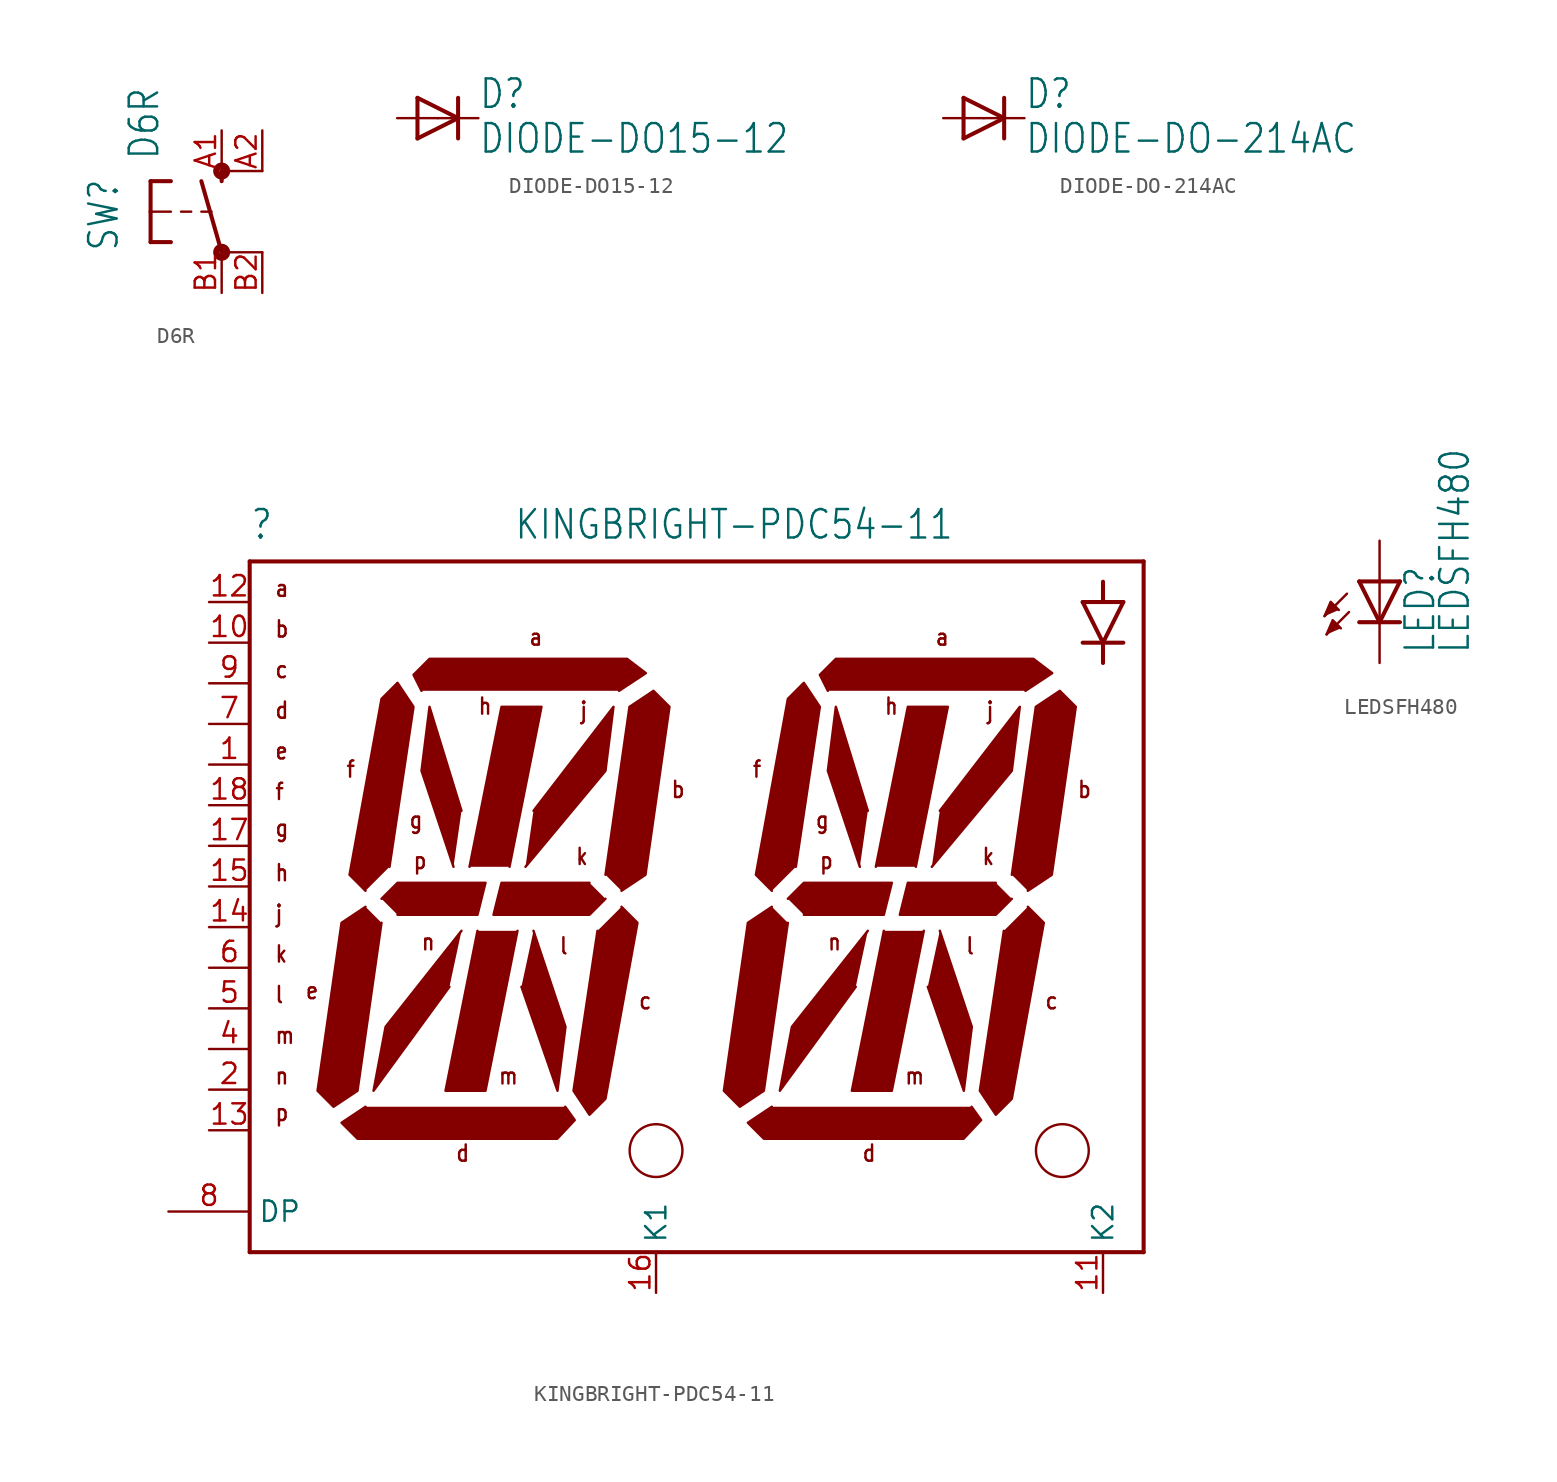
<source format=kicad_sym>
(kicad_symbol_lib
  (version 20211014)
  (generator kicad_symbol_editor)
  (symbol "D6R"
    (property "Reference" "SW"
      (at -6.35 -2.54 90)
      (effects (font (size 1.778 1.511)) (justify left bottom)))
    (property "Value" "D6R"
      (at -3.81 3.175 90)
      (effects (font (size 1.778 1.511)) (justify left bottom)))
    (property "ki_locked" ""
      (at 0 0 0)
      (effects (font (size 1.27 1.27))))
    (symbol "D6R_1_0"
      (circle (center 0 -2.54) (radius 0.127) (stroke (width 0.406) (type default) (color 0 0 0 0)) (fill (type none)))
      (polyline (pts (xy -4.445 -1.905) (xy -3.175 -1.905)) (stroke (width 0.254) (type default) (color 0 0 0 0)) (fill (type none)))
      (polyline (pts (xy -4.445 0) (xy -4.445 -1.905)) (stroke (width 0.254) (type default) (color 0 0 0 0)) (fill (type none)))
      (polyline (pts (xy -4.445 0) (xy -3.175 0)) (stroke (width 0.152) (type default) (color 0 0 0 0)) (fill (type none)))
      (polyline (pts (xy -4.445 1.905) (xy -4.445 0)) (stroke (width 0.254) (type default) (color 0 0 0 0)) (fill (type none)))
      (polyline (pts (xy -4.445 1.905) (xy -3.175 1.905)) (stroke (width 0.254) (type default) (color 0 0 0 0)) (fill (type none)))
      (polyline (pts (xy -2.54 0) (xy -1.905 0)) (stroke (width 0.152) (type default) (color 0 0 0 0)) (fill (type none)))
      (polyline (pts (xy -1.27 0) (xy -0.635 0)) (stroke (width 0.152) (type default) (color 0 0 0 0)) (fill (type none)))
      (polyline (pts (xy 0 -2.54) (xy -1.27 1.905)) (stroke (width 0.254) (type default) (color 0 0 0 0)) (fill (type none)))
      (polyline (pts (xy 0 1.905) (xy 0 2.54)) (stroke (width 0.254) (type default) (color 0 0 0 0)) (fill (type none)))
      (polyline (pts (xy 2.54 -2.54) (xy 0 -2.54)) (stroke (width 0.152) (type default) (color 0 0 0 0)) (fill (type none)))
      (polyline (pts (xy 2.54 2.54) (xy 0 2.54)) (stroke (width 0.152) (type default) (color 0 0 0 0)) (fill (type none)))
      (circle (center 0 2.54) (radius 0.127) (stroke (width 0.406) (type default) (color 0 0 0 0)) (fill (type none)))
      (pin passive line (at 0 5.08 270) (length 2.54) (name "S" (effects (font (size 0 0)))) (number "A1" (effects (font (size 1.27 1.27)))))
      (pin passive line (at 2.54 5.08 270) (length 2.54) (name "S1" (effects (font (size 0 0)))) (number "A2" (effects (font (size 1.27 1.27)))))
      (pin passive line (at 0 -5.08 90) (length 2.54) (name "P" (effects (font (size 0 0)))) (number "B1" (effects (font (size 1.27 1.27)))))
      (pin passive line (at 2.54 -5.08 90) (length 2.54) (name "P1" (effects (font (size 0 0)))) (number "B2" (effects (font (size 1.27 1.27)))))))
  (symbol "DIODE-DO15-12"
    (property "Reference" "D"
      (at 2.54 0.483 0)
      (effects (font (size 1.778 1.511)) (justify left bottom)))
    (property "Value" "DIODE-DO15-12"
      (at 2.54 -2.311 0)
      (effects (font (size 1.778 1.511)) (justify left bottom)))
    (property "ki_locked" ""
      (at 0 0 0)
      (effects (font (size 1.27 1.27))))
    (symbol "DIODE-DO15-12_1_0"
      (polyline (pts (xy -1.27 -1.27) (xy 1.27 0)) (stroke (width 0.254) (type default) (color 0 0 0 0)) (fill (type none)))
      (polyline (pts (xy -1.27 1.27) (xy -1.27 -1.27)) (stroke (width 0.254) (type default) (color 0 0 0 0)) (fill (type none)))
      (polyline (pts (xy 1.27 0) (xy -1.27 1.27)) (stroke (width 0.254) (type default) (color 0 0 0 0)) (fill (type none)))
      (polyline (pts (xy 1.27 0) (xy 1.27 -1.27)) (stroke (width 0.254) (type default) (color 0 0 0 0)) (fill (type none)))
      (polyline (pts (xy 1.27 1.27) (xy 1.27 0)) (stroke (width 0.254) (type default) (color 0 0 0 0)) (fill (type none)))
      (pin passive line (at -2.54 0 0) (length 2.54) (name "A" (effects (font (size 0 0)))) (number "A" (effects (font (size 0 0)))))
      (pin passive line (at 2.54 0 180) (length 2.54) (name "C" (effects (font (size 0 0)))) (number "C" (effects (font (size 0 0)))))))
  (symbol "DIODE-DO-214AC"
    (property "Reference" "D"
      (at 2.54 0.483 0)
      (effects (font (size 1.778 1.511)) (justify left bottom)))
    (property "Value" "DIODE-DO-214AC"
      (at 2.54 -2.311 0)
      (effects (font (size 1.778 1.511)) (justify left bottom)))
    (property "ki_locked" ""
      (at 0 0 0)
      (effects (font (size 1.27 1.27))))
    (symbol "DIODE-DO-214AC_1_0"
      (polyline (pts (xy -1.27 -1.27) (xy 1.27 0)) (stroke (width 0.254) (type default) (color 0 0 0 0)) (fill (type none)))
      (polyline (pts (xy -1.27 1.27) (xy -1.27 -1.27)) (stroke (width 0.254) (type default) (color 0 0 0 0)) (fill (type none)))
      (polyline (pts (xy 1.27 0) (xy -1.27 1.27)) (stroke (width 0.254) (type default) (color 0 0 0 0)) (fill (type none)))
      (polyline (pts (xy 1.27 0) (xy 1.27 -1.27)) (stroke (width 0.254) (type default) (color 0 0 0 0)) (fill (type none)))
      (polyline (pts (xy 1.27 1.27) (xy 1.27 0)) (stroke (width 0.254) (type default) (color 0 0 0 0)) (fill (type none)))
      (pin passive line (at -2.54 0 0) (length 2.54) (name "A" (effects (font (size 0 0)))) (number "A" (effects (font (size 0 0)))))
      (pin passive line (at 2.54 0 180) (length 2.54) (name "C" (effects (font (size 0 0)))) (number "C" (effects (font (size 0 0)))))))
  (symbol "KINGBRIGHT-PDC54-11"
    (property "Reference" ""
      (at -12.7 19.05 0)
      (effects (font (size 1.778 1.511)) (justify left bottom)))
    (property "Value" "KINGBRIGHT-PDC54-11"
      (at 3.81 19.05 0)
      (effects (font (size 1.778 1.511)) (justify left bottom)))
    (property "ki_locked" ""
      (at 0 0 0)
      (effects (font (size 1.27 1.27))))
    (symbol "KINGBRIGHT-PDC54-11_1_0"
      (polyline (pts (xy -12.7 -25.4) (xy -12.7 17.78)) (stroke (width 0.254) (type default) (color 0 0 0 0)) (fill (type none)))
      (polyline (pts (xy -12.7 17.78) (xy 43.18 17.78)) (stroke (width 0.254) (type default) (color 0 0 0 0)) (fill (type none)))
      (polyline (pts (xy 39.37 12.7) (xy 40.64 12.7)) (stroke (width 0.254) (type default) (color 0 0 0 0)) (fill (type none)))
      (polyline (pts (xy 39.37 15.24) (xy 40.64 12.7)) (stroke (width 0.254) (type default) (color 0 0 0 0)) (fill (type none)))
      (polyline (pts (xy 40.64 12.7) (xy 40.64 11.43)) (stroke (width 0.254) (type default) (color 0 0 0 0)) (fill (type none)))
      (polyline (pts (xy 40.64 12.7) (xy 41.91 12.7)) (stroke (width 0.254) (type default) (color 0 0 0 0)) (fill (type none)))
      (polyline (pts (xy 40.64 12.7) (xy 41.91 15.24)) (stroke (width 0.254) (type default) (color 0 0 0 0)) (fill (type none)))
      (polyline (pts (xy 40.64 15.24) (xy 39.37 15.24)) (stroke (width 0.254) (type default) (color 0 0 0 0)) (fill (type none)))
      (polyline (pts (xy 40.64 15.24) (xy 40.64 16.51)) (stroke (width 0.254) (type default) (color 0 0 0 0)) (fill (type none)))
      (polyline (pts (xy 41.91 15.24) (xy 40.64 15.24)) (stroke (width 0.254) (type default) (color 0 0 0 0)) (fill (type none)))
      (polyline (pts (xy 43.18 -25.4) (xy -12.7 -25.4)) (stroke (width 0.254) (type default) (color 0 0 0 0)) (fill (type none)))
      (polyline (pts (xy 43.18 17.78) (xy 43.18 -25.4)) (stroke (width 0.254) (type default) (color 0 0 0 0)) (fill (type none)))
      (polyline (pts (xy 0.54 -5.31) (xy -4.206 -11.31) (xy -4.96 -15.31) (xy -0.214 -8.81)) (stroke (width 0) (type default) (color 0 0 0 0)) (fill (type outline)))
      (polyline (pts (xy 0.54 2.19) (xy -1.46 8.69) (xy -1.96 4.69) (xy 0.04 -1.31)) (stroke (width 0) (type default) (color 0 0 0 0)) (fill (type outline)))
      (polyline (pts (xy 1.54 -5.31) (xy -0.46 -15.31) (xy 2.04 -15.31) (xy 4.04 -5.31)) (stroke (width 0) (type default) (color 0 0 0 0)) (fill (type outline)))
      (polyline (pts (xy 3.54 -1.31) (xy 5.54 8.69) (xy 3.04 8.69) (xy 1.04 -1.31)) (stroke (width 0) (type default) (color 0 0 0 0)) (fill (type outline)))
      (polyline (pts (xy 4.286 -8.81) (xy 6.54 -15.31) (xy 7.04 -11.31) (xy 5.04 -5.31)) (stroke (width 0) (type default) (color 0 0 0 0)) (fill (type outline)))
      (polyline (pts (xy 4.54 -1.31) (xy 9.54 4.69) (xy 10.04 8.69) (xy 5.04 2.19)) (stroke (width 0) (type default) (color 0 0 0 0)) (fill (type outline)))
      (polyline (pts (xy 25.94 -5.31) (xy 21.194 -11.31) (xy 20.44 -15.31) (xy 25.186 -8.81)) (stroke (width 0) (type default) (color 0 0 0 0)) (fill (type outline)))
      (polyline (pts (xy 25.94 2.19) (xy 23.94 8.69) (xy 23.44 4.69) (xy 25.44 -1.31)) (stroke (width 0) (type default) (color 0 0 0 0)) (fill (type outline)))
      (polyline (pts (xy 26.94 -5.31) (xy 24.94 -15.31) (xy 27.44 -15.31) (xy 29.44 -5.31)) (stroke (width 0) (type default) (color 0 0 0 0)) (fill (type outline)))
      (polyline (pts (xy 28.94 -1.31) (xy 30.94 8.69) (xy 28.44 8.69) (xy 26.44 -1.31)) (stroke (width 0) (type default) (color 0 0 0 0)) (fill (type outline)))
      (polyline (pts (xy 29.686 -8.81) (xy 31.94 -15.31) (xy 32.44 -11.31) (xy 30.44 -5.31)) (stroke (width 0) (type default) (color 0 0 0 0)) (fill (type outline)))
      (polyline (pts (xy 29.94 -1.31) (xy 34.94 4.69) (xy 35.44 8.69) (xy 30.44 2.19)) (stroke (width 0) (type default) (color 0 0 0 0)) (fill (type outline)))
      (polyline (pts (xy -4.46 -3.31) (xy -3.46 -2.31) (xy 2.04 -2.31) (xy 1.54 -4.31) (xy -3.46 -4.31)) (stroke (width 0) (type default) (color 0 0 0 0)) (fill (type outline)))
      (polyline (pts (xy 9.54 -3.31) (xy 8.54 -4.31) (xy 2.54 -4.31) (xy 3.04 -2.31) (xy 8.54 -2.31)) (stroke (width 0) (type default) (color 0 0 0 0)) (fill (type outline)))
      (polyline (pts (xy 20.94 -3.31) (xy 21.94 -2.31) (xy 27.44 -2.31) (xy 26.94 -4.31) (xy 21.94 -4.31)) (stroke (width 0) (type default) (color 0 0 0 0)) (fill (type outline)))
      (polyline (pts (xy 34.94 -3.31) (xy 33.94 -4.31) (xy 27.94 -4.31) (xy 28.44 -2.31) (xy 33.94 -2.31)) (stroke (width 0) (type default) (color 0 0 0 0)) (fill (type outline)))
      (polyline (pts (xy -4.46 -4.81) (xy -5.96 -15.31) (xy -7.46 -16.31) (xy -8.46 -15.31) (xy -6.96 -4.81) (xy -5.46 -3.81)) (stroke (width 0) (type default) (color 0 0 0 0)) (fill (type outline)))
      (polyline (pts (xy -3.96 -1.31) (xy -2.46 8.69) (xy -3.46 10.19) (xy -4.46 9.19) (xy -6.46 -1.81) (xy -5.46 -2.81)) (stroke (width 0) (type default) (color 0 0 0 0)) (fill (type outline)))
      (polyline (pts (xy -1.96 9.69) (xy -2.46 10.69) (xy -1.46 11.69) (xy 10.89 11.69) (xy 12.065 10.795) (xy 10.39 9.69)) (stroke (width 0) (type default) (color 0 0 0 0)) (fill (type outline)))
      (polyline (pts (xy 7.025 -16.31) (xy 7.62 -17.145) (xy 6.525 -18.31) (xy -5.96 -18.31) (xy -6.96 -17.31) (xy -5.46 -16.31)) (stroke (width 0) (type default) (color 0 0 0 0)) (fill (type outline)))
      (polyline (pts (xy 9.04 -5.31) (xy 7.54 -15.31) (xy 8.54 -16.81) (xy 9.54 -15.81) (xy 11.54 -4.81) (xy 10.54 -3.81)) (stroke (width 0) (type default) (color 0 0 0 0)) (fill (type outline)))
      (polyline (pts (xy 9.54 -1.81) (xy 11.04 8.69) (xy 12.54 9.69) (xy 13.54 8.69) (xy 12.04 -1.81) (xy 10.54 -2.81)) (stroke (width 0) (type default) (color 0 0 0 0)) (fill (type outline)))
      (polyline (pts (xy 20.94 -4.81) (xy 19.44 -15.31) (xy 17.94 -16.31) (xy 16.94 -15.31) (xy 18.44 -4.81) (xy 19.94 -3.81)) (stroke (width 0) (type default) (color 0 0 0 0)) (fill (type outline)))
      (polyline (pts (xy 21.44 -1.31) (xy 22.94 8.69) (xy 21.94 10.19) (xy 20.94 9.19) (xy 18.94 -1.81) (xy 19.94 -2.81)) (stroke (width 0) (type default) (color 0 0 0 0)) (fill (type outline)))
      (polyline (pts (xy 23.44 9.69) (xy 22.94 10.69) (xy 23.94 11.69) (xy 36.29 11.69) (xy 37.465 10.795) (xy 35.79 9.69)) (stroke (width 0) (type default) (color 0 0 0 0)) (fill (type outline)))
      (polyline (pts (xy 32.425 -16.31) (xy 33.02 -17.145) (xy 31.925 -18.31) (xy 19.44 -18.31) (xy 18.44 -17.31) (xy 19.94 -16.31)) (stroke (width 0) (type default) (color 0 0 0 0)) (fill (type outline)))
      (polyline (pts (xy 34.44 -5.31) (xy 32.94 -15.31) (xy 33.94 -16.81) (xy 34.94 -15.81) (xy 36.94 -4.81) (xy 35.94 -3.81)) (stroke (width 0) (type default) (color 0 0 0 0)) (fill (type outline)))
      (polyline (pts (xy 34.94 -1.81) (xy 36.44 8.69) (xy 37.94 9.69) (xy 38.94 8.69) (xy 37.44 -1.81) (xy 35.94 -2.81)) (stroke (width 0) (type default) (color 0 0 0 0)) (fill (type outline)))
      (circle (center 12.7 -19.05) (radius 1.65) (stroke (width 0) (type default) (color 0 0 0 0)) (fill (type none)))
      (circle (center 38.1 -19.05) (radius 1.65) (stroke (width 0) (type default) (color 0 0 0 0)) (fill (type none)))
      (text "a" (at -11.176 15.494 0) (effects (font (size 1.016 0.864)) (justify left bottom)))
      (text "a" (at 4.699 12.446 0) (effects (font (size 1.016 0.864)) (justify left bottom)))
      (text "a" (at 30.099 12.446 0) (effects (font (size 1.016 0.864)) (justify left bottom)))
      (text "b" (at -11.176 12.954 0) (effects (font (size 1.016 0.864)) (justify left bottom)))
      (text "b" (at 13.589 2.921 0) (effects (font (size 1.016 0.864)) (justify left bottom)))
      (text "b" (at 38.989 2.921 0) (effects (font (size 1.016 0.864)) (justify left bottom)))
      (text "c" (at -11.176 10.414 0) (effects (font (size 1.016 0.864)) (justify left bottom)))
      (text "c" (at 11.557 -10.287 0) (effects (font (size 1.016 0.864)) (justify left bottom)))
      (text "c" (at 36.957 -10.287 0) (effects (font (size 1.016 0.864)) (justify left bottom)))
      (text "d" (at -11.176 7.874 0) (effects (font (size 1.016 0.864)) (justify left bottom)))
      (text "d" (at 0.127 -19.812 0) (effects (font (size 1.016 0.864)) (justify left bottom)))
      (text "d" (at 25.527 -19.812 0) (effects (font (size 1.016 0.864)) (justify left bottom)))
      (text "e" (at -11.176 5.334 0) (effects (font (size 1.016 0.864)) (justify left bottom)))
      (text "e" (at -9.271 -9.652 0) (effects (font (size 1.016 0.864)) (justify left bottom)))
      (text "f" (at -11.176 2.794 0) (effects (font (size 1.016 0.864)) (justify left bottom)))
      (text "f" (at -6.731 4.191 0) (effects (font (size 1.016 0.864)) (justify left bottom)))
      (text "f" (at 18.669 4.191 0) (effects (font (size 1.016 0.864)) (justify left bottom)))
      (text "g" (at -11.176 0.508 0) (effects (font (size 1.016 0.864)) (justify left bottom)))
      (text "g" (at -2.794 1.016 0) (effects (font (size 1.016 0.864)) (justify left bottom)))
      (text "g" (at 22.606 1.016 0) (effects (font (size 1.016 0.864)) (justify left bottom)))
      (text "h" (at -11.176 -2.286 0) (effects (font (size 1.016 0.864)) (justify left bottom)))
      (text "h" (at 1.524 8.128 0) (effects (font (size 1.016 0.864)) (justify left bottom)))
      (text "h" (at 26.924 8.128 0) (effects (font (size 1.016 0.864)) (justify left bottom)))
      (text "j" (at -11.176 -4.826 0) (effects (font (size 1.016 0.864)) (justify left bottom)))
      (text "j" (at 7.874 7.874 0) (effects (font (size 1.016 0.864)) (justify left bottom)))
      (text "j" (at 33.274 7.874 0) (effects (font (size 1.016 0.864)) (justify left bottom)))
      (text "k" (at -11.176 -7.366 0) (effects (font (size 1.016 0.864)) (justify left bottom)))
      (text "k" (at 7.62 -1.27 0) (effects (font (size 1.016 0.864)) (justify left bottom)))
      (text "k" (at 33.02 -1.27 0) (effects (font (size 1.016 0.864)) (justify left bottom)))
      (text "l" (at -11.176 -9.906 0) (effects (font (size 1.016 0.864)) (justify left bottom)))
      (text "l" (at 6.604 -6.858 0) (effects (font (size 1.016 0.864)) (justify left bottom)))
      (text "l" (at 32.004 -6.858 0) (effects (font (size 1.016 0.864)) (justify left bottom)))
      (text "m" (at -11.176 -12.446 0) (effects (font (size 1.016 0.864)) (justify left bottom)))
      (text "m" (at 2.794 -14.986 0) (effects (font (size 1.016 0.864)) (justify left bottom)))
      (text "m" (at 28.194 -14.986 0) (effects (font (size 1.016 0.864)) (justify left bottom)))
      (text "n" (at -11.176 -14.986 0) (effects (font (size 1.016 0.864)) (justify left bottom)))
      (text "n" (at -2.032 -6.604 0) (effects (font (size 1.016 0.864)) (justify left bottom)))
      (text "n" (at 23.368 -6.604 0) (effects (font (size 1.016 0.864)) (justify left bottom)))
      (text "p" (at -11.176 -17.272 0) (effects (font (size 1.016 0.864)) (justify left bottom)))
      (text "p" (at -2.54 -1.524 0) (effects (font (size 1.016 0.864)) (justify left bottom)))
      (text "p" (at 22.86 -1.524 0) (effects (font (size 1.016 0.864)) (justify left bottom)))
      (pin passive line (at -15.24 5.08 0) (length 2.54) (name "E" (effects (font (size 0 0)))) (number "1" (effects (font (size 1.27 1.27)))))
      (pin passive line (at -15.24 12.7 0) (length 2.54) (name "B" (effects (font (size 0 0)))) (number "10" (effects (font (size 1.27 1.27)))))
      (pin passive line (at 40.64 -27.94 90) (length 2.54) (name "K2" (effects (font (size 1.27 1.27)))) (number "11" (effects (font (size 1.27 1.27)))))
      (pin passive line (at -15.24 15.24 0) (length 2.54) (name "A" (effects (font (size 0 0)))) (number "12" (effects (font (size 1.27 1.27)))))
      (pin passive line (at -15.24 -17.78 0) (length 2.54) (name "P" (effects (font (size 0 0)))) (number "13" (effects (font (size 1.27 1.27)))))
      (pin passive line (at -15.24 -5.08 0) (length 2.54) (name "J" (effects (font (size 0 0)))) (number "14" (effects (font (size 1.27 1.27)))))
      (pin passive line (at -15.24 -2.54 0) (length 2.54) (name "H" (effects (font (size 0 0)))) (number "15" (effects (font (size 1.27 1.27)))))
      (pin passive line (at 12.7 -27.94 90) (length 2.54) (name "K1" (effects (font (size 1.27 1.27)))) (number "16" (effects (font (size 1.27 1.27)))))
      (pin passive line (at -15.24 0 0) (length 2.54) (name "G" (effects (font (size 0 0)))) (number "17" (effects (font (size 1.27 1.27)))))
      (pin passive line (at -15.24 2.54 0) (length 2.54) (name "F" (effects (font (size 0 0)))) (number "18" (effects (font (size 1.27 1.27)))))
      (pin passive line (at -15.24 -15.24 0) (length 2.54) (name "N" (effects (font (size 0 0)))) (number "2" (effects (font (size 1.27 1.27)))))
      (pin passive line (at -15.24 -12.7 0) (length 2.54) (name "M" (effects (font (size 0 0)))) (number "4" (effects (font (size 1.27 1.27)))))
      (pin passive line (at -15.24 -10.16 0) (length 2.54) (name "L" (effects (font (size 0 0)))) (number "5" (effects (font (size 1.27 1.27)))))
      (pin passive line (at -15.24 -7.62 0) (length 2.54) (name "K" (effects (font (size 0 0)))) (number "6" (effects (font (size 1.27 1.27)))))
      (pin passive line (at -15.24 7.62 0) (length 2.54) (name "D" (effects (font (size 0 0)))) (number "7" (effects (font (size 1.27 1.27)))))
      (pin passive line (at -17.78 -22.86 0) (length 5.08) (name "DP" (effects (font (size 1.27 1.27)))) (number "8" (effects (font (size 1.27 1.27)))))
      (pin passive line (at -15.24 10.16 0) (length 2.54) (name "C" (effects (font (size 0 0)))) (number "9" (effects (font (size 1.27 1.27)))))))
  (symbol "LEDSFH480"
    (property "Reference" "LED"
      (at 3.556 -4.572 90)
      (effects (font (size 1.778 1.511)) (justify left bottom)))
    (property "Value" "LEDSFH480"
      (at 5.715 -4.572 90)
      (effects (font (size 1.778 1.511)) (justify left bottom)))
    (property "ki_locked" ""
      (at 0 0 0)
      (effects (font (size 1.27 1.27))))
    (symbol "LEDSFH480_1_0"
      (polyline (pts (xy -2.032 -0.762) (xy -3.429 -2.159)) (stroke (width 0.152) (type default) (color 0 0 0 0)) (fill (type none)))
      (polyline (pts (xy -1.905 -1.905) (xy -3.302 -3.302)) (stroke (width 0.152) (type default) (color 0 0 0 0)) (fill (type none)))
      (polyline (pts (xy 0 -2.54) (xy -1.27 -2.54)) (stroke (width 0.254) (type default) (color 0 0 0 0)) (fill (type none)))
      (polyline (pts (xy 0 -2.54) (xy -1.27 0)) (stroke (width 0.254) (type default) (color 0 0 0 0)) (fill (type none)))
      (polyline (pts (xy 0 0) (xy -1.27 0)) (stroke (width 0.254) (type default) (color 0 0 0 0)) (fill (type none)))
      (polyline (pts (xy 0 0) (xy 0 -2.54)) (stroke (width 0.152) (type default) (color 0 0 0 0)) (fill (type none)))
      (polyline (pts (xy 1.27 -2.54) (xy 0 -2.54)) (stroke (width 0.254) (type default) (color 0 0 0 0)) (fill (type none)))
      (polyline (pts (xy 1.27 0) (xy 0 -2.54)) (stroke (width 0.254) (type default) (color 0 0 0 0)) (fill (type none)))
      (polyline (pts (xy 1.27 0) (xy 0 0)) (stroke (width 0.254) (type default) (color 0 0 0 0)) (fill (type none)))
      (polyline (pts (xy -3.429 -2.159) (xy -3.048 -1.27) (xy -2.54 -1.778)) (stroke (width 0) (type default) (color 0 0 0 0)) (fill (type outline)))
      (polyline (pts (xy -3.302 -3.302) (xy -2.921 -2.413) (xy -2.413 -2.921)) (stroke (width 0) (type default) (color 0 0 0 0)) (fill (type outline)))
      (pin passive line (at 0 2.54 270) (length 2.54) (name "A" (effects (font (size 0 0)))) (number "A" (effects (font (size 0 0)))))
      (pin passive line (at 0 -5.08 90) (length 2.54) (name "C" (effects (font (size 0 0)))) (number "K" (effects (font (size 0 0))))))))
</source>
